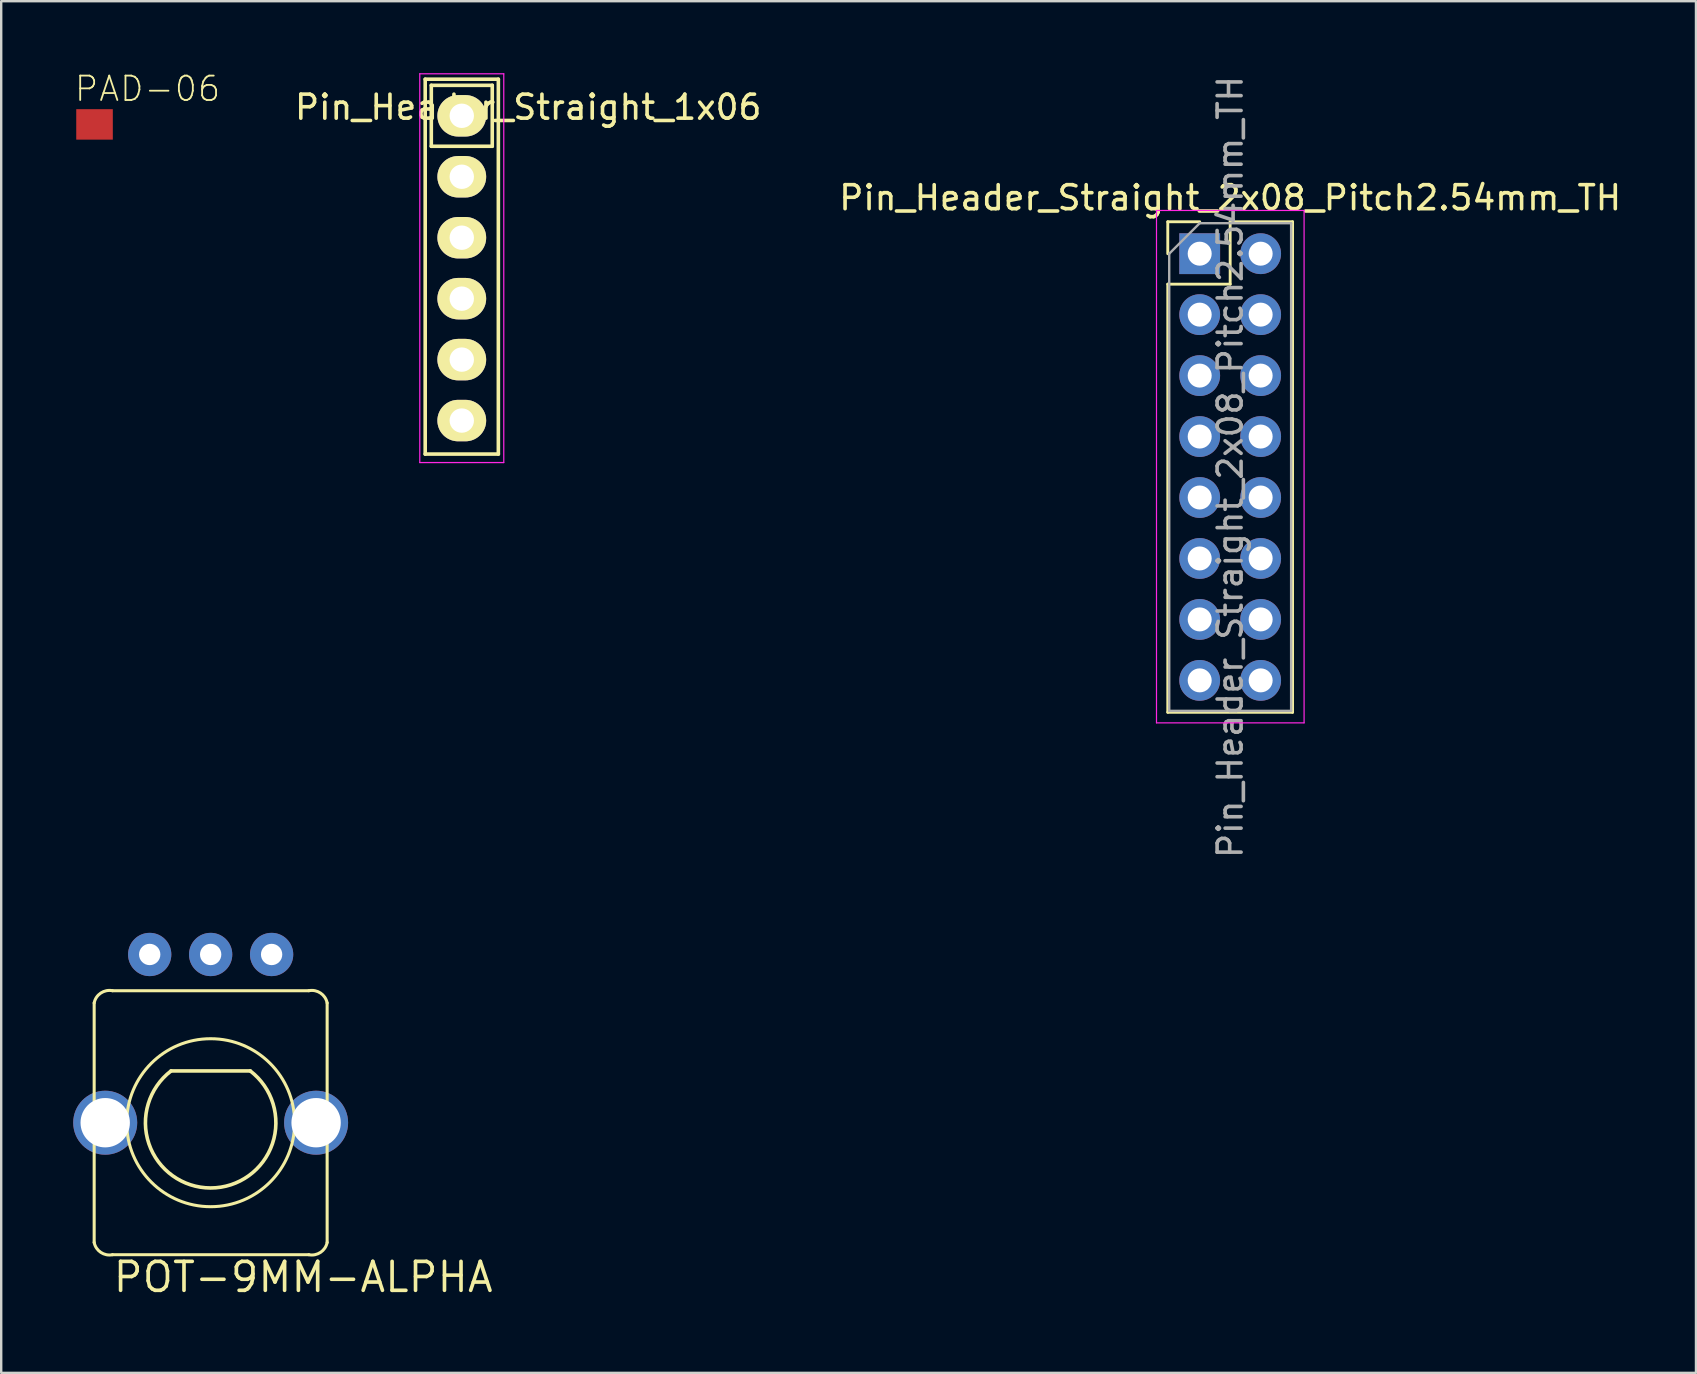
<source format=kicad_pcb>
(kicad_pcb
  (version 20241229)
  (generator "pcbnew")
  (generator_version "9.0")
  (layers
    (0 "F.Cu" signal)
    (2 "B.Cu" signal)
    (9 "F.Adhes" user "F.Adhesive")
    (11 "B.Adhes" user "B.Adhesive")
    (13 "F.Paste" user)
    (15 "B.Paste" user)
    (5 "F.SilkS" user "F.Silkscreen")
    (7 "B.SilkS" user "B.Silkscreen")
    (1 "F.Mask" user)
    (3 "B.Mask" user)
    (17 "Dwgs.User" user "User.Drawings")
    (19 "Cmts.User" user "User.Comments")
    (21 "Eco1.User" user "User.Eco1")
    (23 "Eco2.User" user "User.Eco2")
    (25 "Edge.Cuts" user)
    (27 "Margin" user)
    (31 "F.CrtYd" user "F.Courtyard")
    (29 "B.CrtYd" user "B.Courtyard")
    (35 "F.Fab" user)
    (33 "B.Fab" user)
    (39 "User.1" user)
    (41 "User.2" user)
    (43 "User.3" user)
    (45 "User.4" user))
  (footprint "Pin_Header_Straight_2x08_Pitch2.54mm_TH"
    (layer "F.Cu")
    (at 48.211 16.411)
    (property "Reference" "Pin_Header_Straight_2x08_Pitch2.54mm_TH" (at 0 -11.22 0) (layer "F.SilkS") (effects (font (size 1 1) (thickness 0.15))))
    (attr through_hole)
    (fp_line (start -2.6 -10.22) (end -1.27 -10.22) (stroke (width 0.12) (type solid)) (layer "F.SilkS"))
    (fp_line (start -2.6 -8.89) (end -2.6 -10.22) (stroke (width 0.12) (type solid)) (layer "F.SilkS"))
    (fp_line (start -2.6 -7.62) (end -2.6 10.22) (stroke (width 0.12) (type solid)) (layer "F.SilkS"))
    (fp_line (start -2.6 -7.62) (end 0 -7.62) (stroke (width 0.12) (type solid)) (layer "F.SilkS"))
    (fp_line (start -2.6 10.22) (end 2.6 10.22) (stroke (width 0.12) (type solid)) (layer "F.SilkS"))
    (fp_line (start 0 -10.22) (end 2.6 -10.22) (stroke (width 0.12) (type solid)) (layer "F.SilkS"))
    (fp_line (start 0 -7.62) (end 0 -10.22) (stroke (width 0.12) (type solid)) (layer "F.SilkS"))
    (fp_line (start 2.6 -10.22) (end 2.6 10.22) (stroke (width 0.12) (type solid)) (layer "F.SilkS"))
    (fp_line (start -3.07 -10.69) (end -3.07 10.66) (stroke (width 0.05) (type solid)) (layer "F.CrtYd"))
    (fp_line (start -3.07 10.66) (end 3.08 10.66) (stroke (width 0.05) (type solid)) (layer "F.CrtYd"))
    (fp_line (start 3.08 -10.69) (end -3.07 -10.69) (stroke (width 0.05) (type solid)) (layer "F.CrtYd"))
    (fp_line (start 3.08 10.66) (end 3.08 -10.69) (stroke (width 0.05) (type solid)) (layer "F.CrtYd"))
    (fp_line (start -2.54 -8.89) (end -1.27 -10.16) (stroke (width 0.1) (type solid)) (layer "F.Fab"))
    (fp_line (start -2.54 10.16) (end -2.54 -8.89) (stroke (width 0.1) (type solid)) (layer "F.Fab"))
    (fp_line (start -1.27 -10.16) (end 2.54 -10.16) (stroke (width 0.1) (type solid)) (layer "F.Fab"))
    (fp_line (start 2.54 -10.16) (end 2.54 10.16) (stroke (width 0.1) (type solid)) (layer "F.Fab"))
    (fp_line (start 2.54 10.16) (end -2.54 10.16) (stroke (width 0.1) (type solid)) (layer "F.Fab"))
    (fp_text user "${REFERENCE}" (at 0 0 90) (layer "F.Fab") (effects (font (size 1 1) (thickness 0.15))))
    (pad "1" thru_hole rect (at -1.27 -8.89) (size 1.7 1.7) (drill 1) (layers "*.Cu" "*.Mask"))
    (pad "2" thru_hole oval (at 1.27 -8.89) (size 1.7 1.7) (drill 1) (layers "*.Cu" "*.Mask"))
    (pad "3" thru_hole oval (at -1.27 -6.35) (size 1.7 1.7) (drill 1) (layers "*.Cu" "*.Mask"))
    (pad "4" thru_hole oval (at 1.27 -6.35) (size 1.7 1.7) (drill 1) (layers "*.Cu" "*.Mask"))
    (pad "5" thru_hole oval (at -1.27 -3.81) (size 1.7 1.7) (drill 1) (layers "*.Cu" "*.Mask"))
    (pad "6" thru_hole oval (at 1.27 -3.81) (size 1.7 1.7) (drill 1) (layers "*.Cu" "*.Mask"))
    (pad "7" thru_hole oval (at -1.27 -1.27) (size 1.7 1.7) (drill 1) (layers "*.Cu" "*.Mask"))
    (pad "8" thru_hole oval (at 1.27 -1.27) (size 1.7 1.7) (drill 1) (layers "*.Cu" "*.Mask"))
    (pad "9" thru_hole oval (at -1.27 1.27) (size 1.7 1.7) (drill 1) (layers "*.Cu" "*.Mask"))
    (pad "10" thru_hole oval (at 1.27 1.27) (size 1.7 1.7) (drill 1) (layers "*.Cu" "*.Mask"))
    (pad "11" thru_hole oval (at -1.27 3.81) (size 1.7 1.7) (drill 1) (layers "*.Cu" "*.Mask"))
    (pad "12" thru_hole oval (at 1.27 3.81) (size 1.7 1.7) (drill 1) (layers "*.Cu" "*.Mask"))
    (pad "13" thru_hole oval (at -1.27 6.35) (size 1.7 1.7) (drill 1) (layers "*.Cu" "*.Mask"))
    (pad "14" thru_hole oval (at 1.27 6.35) (size 1.7 1.7) (drill 1) (layers "*.Cu" "*.Mask"))
    (pad "15" thru_hole oval (at -1.27 8.89) (size 1.7 1.7) (drill 1) (layers "*.Cu" "*.Mask"))
    (pad "16" thru_hole oval (at 1.27 8.89) (size 1.7 1.7) (drill 1) (layers "*.Cu" "*.Mask")))
  (footprint "Pin_Header_Straight_1x06"
    (layer "F.Cu")
    (at 16.192 1.775)
    (property "Reference" "Pin_Header_Straight_1x06" (at 2.769 -0.356 0) (layer "F.SilkS") (effects (font (size 1 1) (thickness 0.15))))
    (attr through_hole)
    (fp_line (start -1.524 14.097) (end -1.524 -1.524) (stroke (width 0.15) (type solid)) (layer "F.SilkS"))
    (fp_line (start -1.27 -1.27) (end -1.27 1.27) (stroke (width 0.15) (type solid)) (layer "F.SilkS"))
    (fp_line (start -1.27 -1.27) (end 1.27 -1.27) (stroke (width 0.15) (type solid)) (layer "F.SilkS"))
    (fp_line (start 1.27 -1.27) (end 1.27 1.27) (stroke (width 0.15) (type solid)) (layer "F.SilkS"))
    (fp_line (start 1.27 1.27) (end -1.27 1.27) (stroke (width 0.15) (type solid)) (layer "F.SilkS"))
    (fp_line (start 1.524 -1.524) (end -1.524 -1.524) (stroke (width 0.15) (type solid)) (layer "F.SilkS"))
    (fp_line (start 1.524 -1.524) (end 1.524 14.097) (stroke (width 0.15) (type solid)) (layer "F.SilkS"))
    (fp_line (start 1.524 14.097) (end -1.524 14.097) (stroke (width 0.15) (type solid)) (layer "F.SilkS"))
    (fp_line (start -1.75 -1.75) (end -1.75 14.45) (stroke (width 0.05) (type solid)) (layer "F.CrtYd"))
    (fp_line (start -1.75 -1.75) (end 1.75 -1.75) (stroke (width 0.05) (type solid)) (layer "F.CrtYd"))
    (fp_line (start -1.75 14.45) (end 1.75 14.45) (stroke (width 0.05) (type solid)) (layer "F.CrtYd"))
    (fp_line (start 1.75 -1.75) (end 1.75 14.45) (stroke (width 0.05) (type solid)) (layer "F.CrtYd"))
    (pad "1" thru_hole oval (at 0 0) (size 2.032 1.727) (drill 1.016) (layers "*.Cu" "*.Mask" "F.SilkS"))
    (pad "2" thru_hole oval (at 0 2.54) (size 2.032 1.727) (drill 1.016) (layers "*.Cu" "*.Mask" "F.SilkS"))
    (pad "3" thru_hole oval (at 0 5.08) (size 2.032 1.727) (drill 1.016) (layers "*.Cu" "*.Mask" "F.SilkS"))
    (pad "4" thru_hole oval (at 0 7.62) (size 2.032 1.727) (drill 1.016) (layers "*.Cu" "*.Mask" "F.SilkS"))
    (pad "5" thru_hole oval (at 0 10.16) (size 2.032 1.727) (drill 1.016) (layers "*.Cu" "*.Mask" "F.SilkS"))
    (pad "6" thru_hole oval (at 0 12.7) (size 2.032 1.727) (drill 1.016) (layers "*.Cu" "*.Mask" "F.SilkS")))
  (footprint "POT-9MM-ALPHA"
    (layer "F.Cu")
    (at 5.728 43.735)
    (property "Reference" "POT-9MM-ALPHA" (at -4.14 7.137 0) (layer "F.SilkS") (effects (font (size 1.206 1.206) (thickness 0.152)) (justify left bottom)))
    (attr through_hole)
    (fp_line (start -4.854 -4.992) (end -4.854 4.988) (stroke (width 0.127) (type solid)) (layer "F.SilkS"))
    (fp_line (start -4.09 5.498) (end 4.09 5.498) (stroke (width 0.127) (type solid)) (layer "F.SilkS"))
    (fp_line (start 1.651 -2.159) (end -1.651 -2.159) (stroke (width 0.15) (type solid)) (layer "F.SilkS"))
    (fp_line (start 4.09 -5.502) (end -4.09 -5.502) (stroke (width 0.127) (type solid)) (layer "F.SilkS"))
    (fp_line (start 4.854 4.988) (end 4.854 -4.992) (stroke (width 0.127) (type solid)) (layer "F.SilkS"))
    (fp_arc (start -4.854163 -4.991943) (mid -4.577817 -5.405102) (end -4.090263 -5.501843) (stroke (width 0.127) (type solid)) (layer "F.SilkS"))
    (fp_arc (start -4.090263 5.498157) (mid -4.577817 5.401416) (end -4.854163 4.988257) (stroke (width 0.127) (type solid)) (layer "F.SilkS"))
    (fp_arc (start 1.651 -2.159) (mid 0 2.717919) (end -1.651 -2.159) (stroke (width 0.15) (type solid)) (layer "F.SilkS"))
    (fp_arc (start 4.089937 -5.501843) (mid 4.577491 -5.405102) (end 4.853837 -4.991943) (stroke (width 0.127) (type solid)) (layer "F.SilkS"))
    (fp_arc (start 4.853837 4.988257) (mid 4.577491 5.401416) (end 4.089937 5.498157) (stroke (width 0.127) (type solid)) (layer "F.SilkS"))
    (fp_circle (center -0.000163 -0.002) (end -3.5 -0.002) (stroke (width 0.127) (type solid)) (fill no) (layer "F.SilkS"))
    (pad "1" thru_hole circle (at 2.54 -7.012 270) (size 1.803 1.803) (drill 0.889) (layers "*.Cu" "*.Mask"))
    (pad "2" thru_hole circle (at -0.000163 -7.012 270) (size 1.803 1.803) (drill 0.889) (layers "*.Cu" "*.Mask"))
    (pad "3" thru_hole circle (at -2.54 -7.012 270) (size 1.803 1.803) (drill 0.889) (layers "*.Cu" "*.Mask"))
    (pad "4" thru_hole circle (at 4.394 -0.002) (size 2.667 2.667) (drill 2.057) (layers "*.Cu" "*.Mask"))
    (pad "5" thru_hole circle (at -4.394 -0.002) (size 2.667 2.667) (drill 2.057) (layers "*.Cu" "*.Mask")))
  (footprint "PAD-06"
    (layer "F.Cu")
    (at 0.889 2.134)
    (property "Reference" "PAD-06" (at -0.889 -0.889 0) (layer "F.SilkS") (effects (font (size 1.016 1.016) (thickness 0.076)) (justify left bottom)))
    (attr through_hole)
    (pad "1" smd rect (at 0 0) (size 1.524 1.27) (layers "F.Cu" "F.Mask" "F.Paste")))
  (gr_rect
    (start -3 -3)
    (end 67.621 54.156)
    (stroke (width 0.1) (type default))
    (fill no)
    (layer "Edge.Cuts")))
</source>
